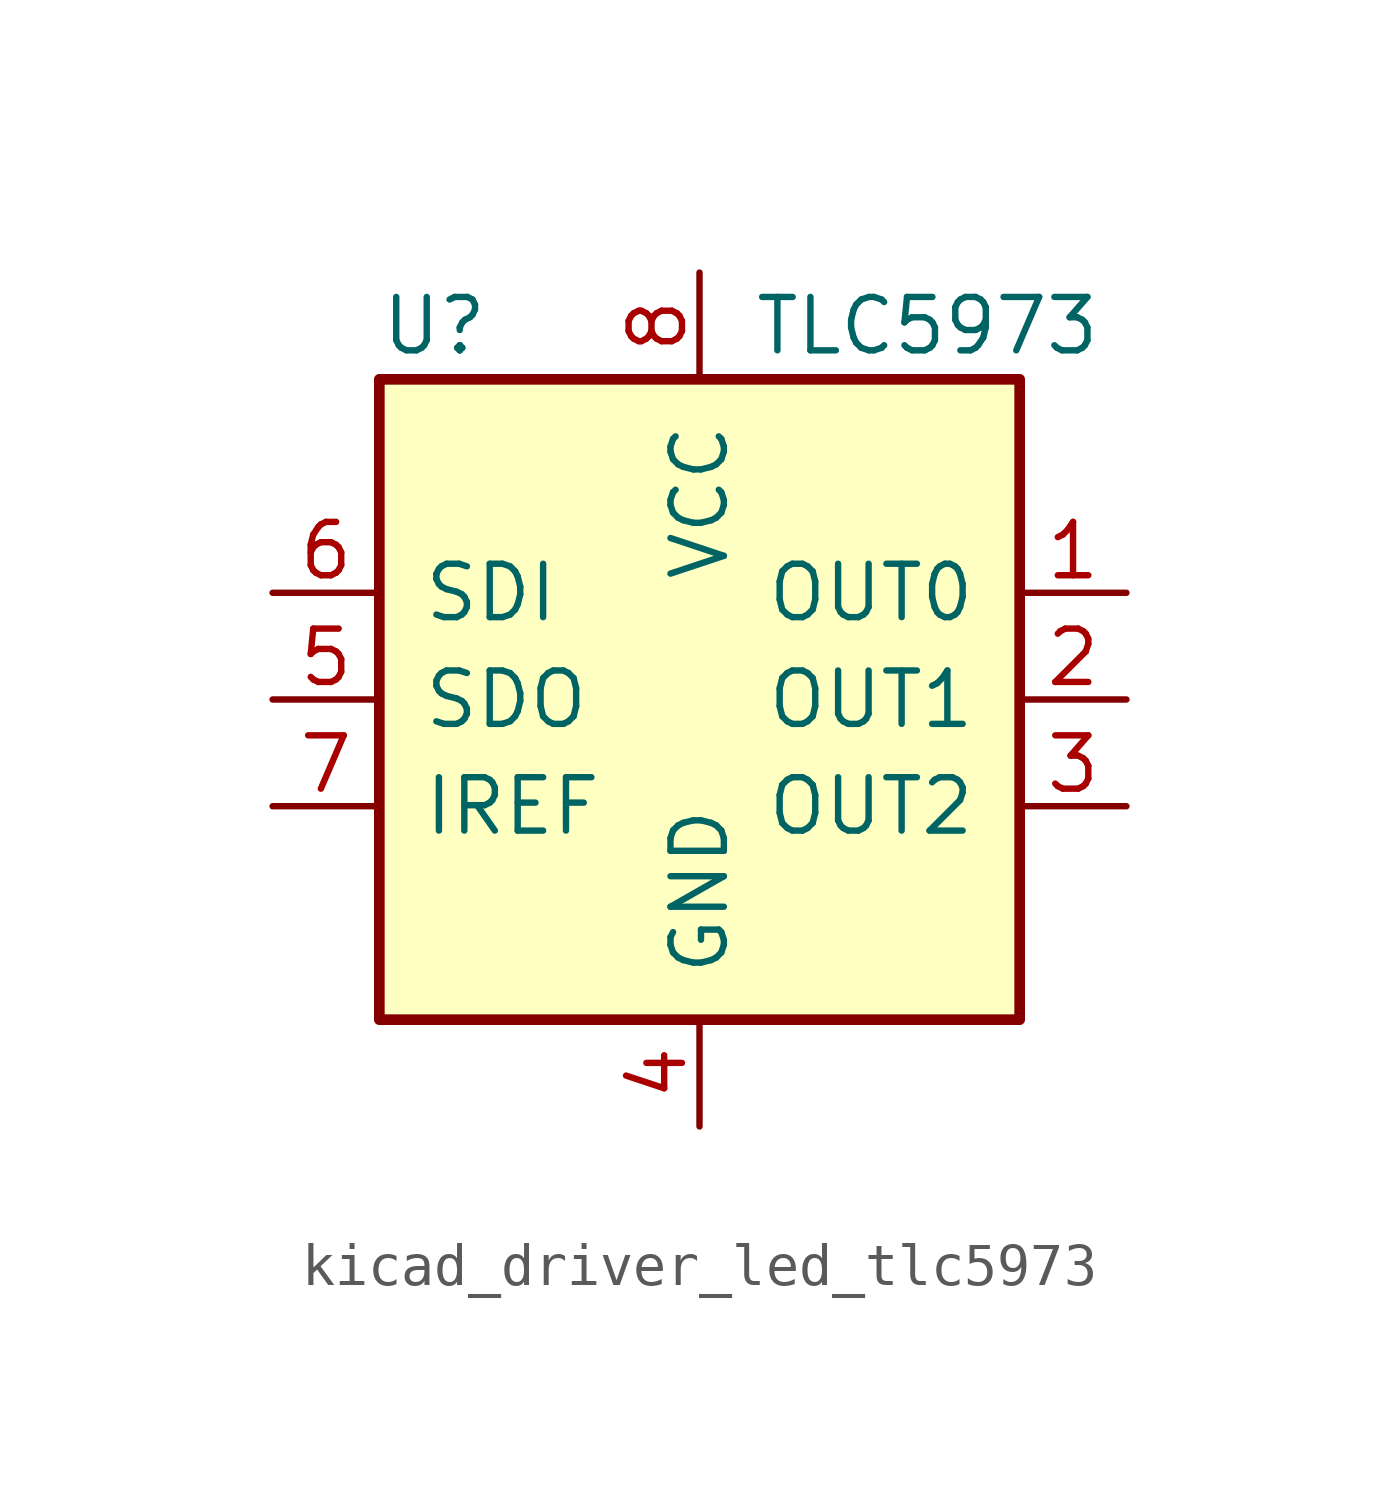
<source format=kicad_sym>
(kicad_symbol_lib
  (version 20220914)
  (generator kicad_symbol_editor)
  (symbol "kicad_driver_led_tlc5973"
    (pin_names
      (offset 1.016))
    (property "Reference" "U"
      (at -7.62 8.89 0)
      (effects (font (size 1.27 1.27)) (justify left)))
    (property "Value" "TLC5973"
      (at 1.27 8.89 0)
      (effects (font (size 1.27 1.27)) (justify left)))
    (symbol "kicad_driver_led_tlc5973_0_1"
      (rectangle (start -7.62 7.62) (end 7.62 -7.62) (stroke (width 0.254) (type default)) (fill (type background))))
    (symbol "kicad_driver_led_tlc5973_1_1"
      (pin output line (at 10.16 2.54 180) (length 2.54) (name "OUT0" (effects (font (size 1.27 1.27)))) (number "1" (effects (font (size 1.27 1.27)))))
      (pin output line (at 10.16 0 180) (length 2.54) (name "OUT1" (effects (font (size 1.27 1.27)))) (number "2" (effects (font (size 1.27 1.27)))))
      (pin output line (at 10.16 -2.54 180) (length 2.54) (name "OUT2" (effects (font (size 1.27 1.27)))) (number "3" (effects (font (size 1.27 1.27)))))
      (pin power_in line (at 0 -10.16 90) (length 2.54) (name "GND" (effects (font (size 1.27 1.27)))) (number "4" (effects (font (size 1.27 1.27)))))
      (pin output line (at -10.16 0 0) (length 2.54) (name "SDO" (effects (font (size 1.27 1.27)))) (number "5" (effects (font (size 1.27 1.27)))))
      (pin input line (at -10.16 2.54 0) (length 2.54) (name "SDI" (effects (font (size 1.27 1.27)))) (number "6" (effects (font (size 1.27 1.27)))))
      (pin bidirectional line (at -10.16 -2.54 0) (length 2.54) (name "IREF" (effects (font (size 1.27 1.27)))) (number "7" (effects (font (size 1.27 1.27)))))
      (pin power_in line (at 0 10.16 270) (length 2.54) (name "VCC" (effects (font (size 1.27 1.27)))) (number "8" (effects (font (size 1.27 1.27))))))))
</source>
